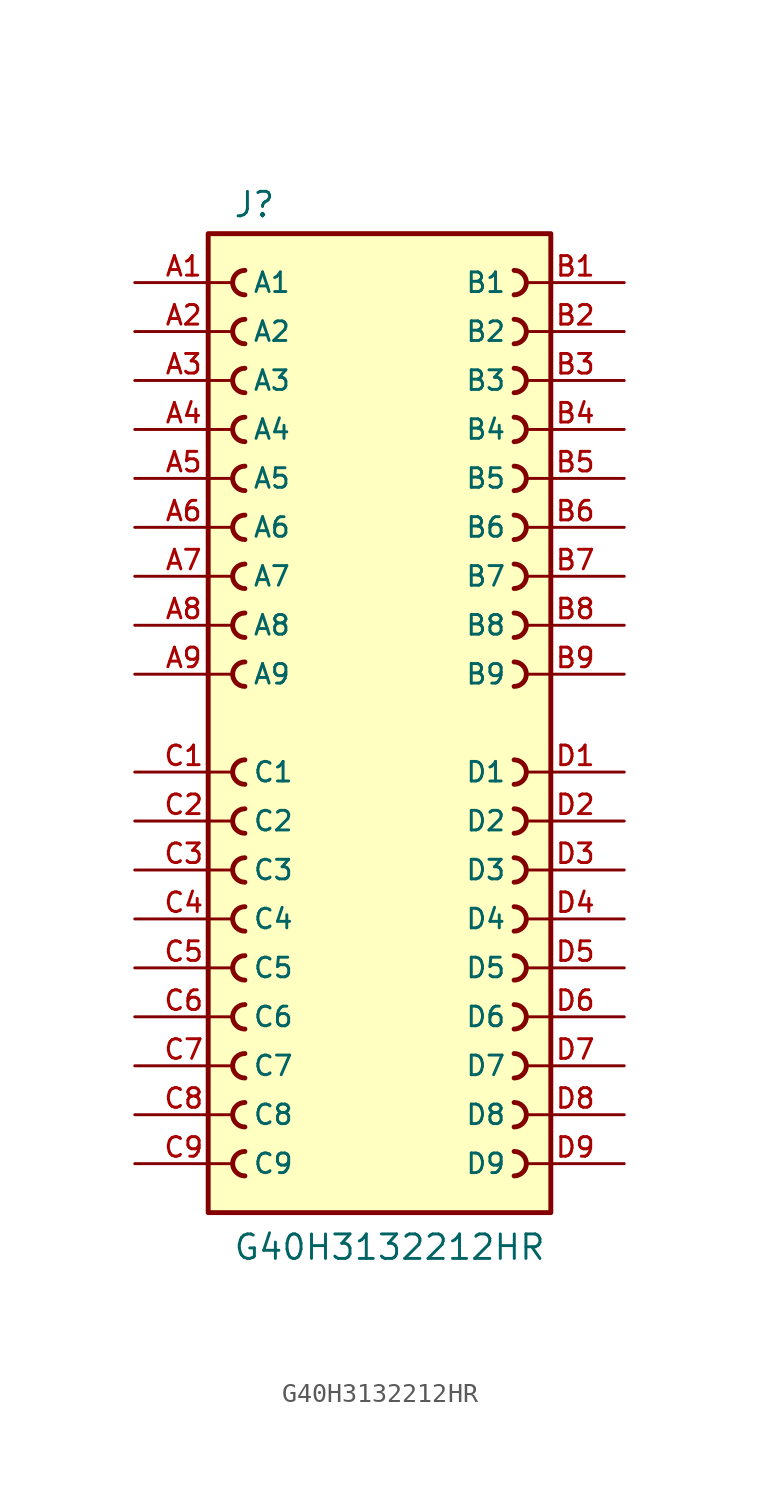
<source format=kicad_sym>
(kicad_symbol_lib
  (version 20211014)
  (generator kicad_symbol_editor)
  (symbol "G40H3132212HR"
    (pin_names
      (offset 1.016))
    (property "Reference" "J"
      (at -7.62 26.162 0)
      (effects (font (size 1.27 1.27)) (justify bottom left)))
    (property "Value" "G40H3132212HR"
      (at -7.62 -27.94 0)
      (effects (font (size 1.27 1.27)) (justify bottom left)))
    (symbol "G40H3132212HR_0_0"
      (arc (start 6.985 22.225) (mid 7.62 22.86) (end 6.985 23.495) (stroke (width 0.254) (type default) (color 0 0 0 0)) (fill (type none)))
      (arc (start 6.985 19.685) (mid 7.62 20.32) (end 6.985 20.955) (stroke (width 0.254) (type default) (color 0 0 0 0)) (fill (type none)))
      (arc (start 6.985 17.145) (mid 7.62 17.78) (end 6.985 18.415) (stroke (width 0.254) (type default) (color 0 0 0 0)) (fill (type none)))
      (arc (start 6.985 14.605) (mid 7.62 15.24) (end 6.985 15.875) (stroke (width 0.254) (type default) (color 0 0 0 0)) (fill (type none)))
      (arc (start 6.985 12.065) (mid 7.62 12.7) (end 6.985 13.335) (stroke (width 0.254) (type default) (color 0 0 0 0)) (fill (type none)))
      (arc (start 6.985 9.525) (mid 7.62 10.16) (end 6.985 10.795) (stroke (width 0.254) (type default) (color 0 0 0 0)) (fill (type none)))
      (arc (start 6.985 6.985) (mid 7.62 7.62) (end 6.985 8.255) (stroke (width 0.254) (type default) (color 0 0 0 0)) (fill (type none)))
      (arc (start 6.985 4.445) (mid 7.62 5.08) (end 6.985 5.715) (stroke (width 0.254) (type default) (color 0 0 0 0)) (fill (type none)))
      (arc (start 6.985 1.905) (mid 7.62 2.54) (end 6.985 3.175) (stroke (width 0.254) (type default) (color 0 0 0 0)) (fill (type none)))
      (arc (start -6.985 3.175) (mid -7.62 2.54) (end -6.985 1.905) (stroke (width 0.254) (type default) (color 0 0 0 0)) (fill (type none)))
      (arc (start -6.985 5.715) (mid -7.62 5.08) (end -6.985 4.445) (stroke (width 0.254) (type default) (color 0 0 0 0)) (fill (type none)))
      (arc (start -6.985 8.255) (mid -7.62 7.62) (end -6.985 6.985) (stroke (width 0.254) (type default) (color 0 0 0 0)) (fill (type none)))
      (arc (start -6.985 10.795) (mid -7.62 10.16) (end -6.985 9.525) (stroke (width 0.254) (type default) (color 0 0 0 0)) (fill (type none)))
      (arc (start -6.985 13.335) (mid -7.62 12.7) (end -6.985 12.065) (stroke (width 0.254) (type default) (color 0 0 0 0)) (fill (type none)))
      (arc (start -6.985 15.875) (mid -7.62 15.24) (end -6.985 14.605) (stroke (width 0.254) (type default) (color 0 0 0 0)) (fill (type none)))
      (arc (start -6.985 18.415) (mid -7.62 17.78) (end -6.985 17.145) (stroke (width 0.254) (type default) (color 0 0 0 0)) (fill (type none)))
      (arc (start -6.985 20.955) (mid -7.62 20.32) (end -6.985 19.685) (stroke (width 0.254) (type default) (color 0 0 0 0)) (fill (type none)))
      (arc (start -6.985 23.495) (mid -7.62 22.86) (end -6.985 22.225) (stroke (width 0.254) (type default) (color 0 0 0 0)) (fill (type none)))
      (arc (start 6.985 -3.175) (mid 7.62 -2.54) (end 6.985 -1.905) (stroke (width 0.254) (type default) (color 0 0 0 0)) (fill (type none)))
      (arc (start 6.985 -5.715) (mid 7.62 -5.08) (end 6.985 -4.445) (stroke (width 0.254) (type default) (color 0 0 0 0)) (fill (type none)))
      (arc (start 6.985 -8.255) (mid 7.62 -7.62) (end 6.985 -6.985) (stroke (width 0.254) (type default) (color 0 0 0 0)) (fill (type none)))
      (arc (start 6.985 -10.795) (mid 7.62 -10.16) (end 6.985 -9.525) (stroke (width 0.254) (type default) (color 0 0 0 0)) (fill (type none)))
      (arc (start 6.985 -13.335) (mid 7.62 -12.7) (end 6.985 -12.065) (stroke (width 0.254) (type default) (color 0 0 0 0)) (fill (type none)))
      (arc (start 6.985 -15.875) (mid 7.62 -15.24) (end 6.985 -14.605) (stroke (width 0.254) (type default) (color 0 0 0 0)) (fill (type none)))
      (arc (start 6.985 -18.415) (mid 7.62 -17.78) (end 6.985 -17.145) (stroke (width 0.254) (type default) (color 0 0 0 0)) (fill (type none)))
      (arc (start 6.985 -20.955) (mid 7.62 -20.32) (end 6.985 -19.685) (stroke (width 0.254) (type default) (color 0 0 0 0)) (fill (type none)))
      (arc (start 6.985 -23.495) (mid 7.62 -22.86) (end 6.985 -22.225) (stroke (width 0.254) (type default) (color 0 0 0 0)) (fill (type none)))
      (arc (start -6.985 -22.225) (mid -7.62 -22.86) (end -6.985 -23.495) (stroke (width 0.254) (type default) (color 0 0 0 0)) (fill (type none)))
      (arc (start -6.985 -19.685) (mid -7.62 -20.32) (end -6.985 -20.955) (stroke (width 0.254) (type default) (color 0 0 0 0)) (fill (type none)))
      (arc (start -6.985 -17.145) (mid -7.62 -17.78) (end -6.985 -18.415) (stroke (width 0.254) (type default) (color 0 0 0 0)) (fill (type none)))
      (arc (start -6.985 -14.605) (mid -7.62 -15.24) (end -6.985 -15.875) (stroke (width 0.254) (type default) (color 0 0 0 0)) (fill (type none)))
      (arc (start -6.985 -12.065) (mid -7.62 -12.7) (end -6.985 -13.335) (stroke (width 0.254) (type default) (color 0 0 0 0)) (fill (type none)))
      (arc (start -6.985 -9.525) (mid -7.62 -10.16) (end -6.985 -10.795) (stroke (width 0.254) (type default) (color 0 0 0 0)) (fill (type none)))
      (arc (start -6.985 -6.985) (mid -7.62 -7.62) (end -6.985 -8.255) (stroke (width 0.254) (type default) (color 0 0 0 0)) (fill (type none)))
      (arc (start -6.985 -4.445) (mid -7.62 -5.08) (end -6.985 -5.715) (stroke (width 0.254) (type default) (color 0 0 0 0)) (fill (type none)))
      (arc (start -6.985 -1.905) (mid -7.62 -2.54) (end -6.985 -3.175) (stroke (width 0.254) (type default) (color 0 0 0 0)) (fill (type none)))
      (rectangle (start -8.89 -25.4) (end 8.89 25.4) (stroke (width 0.254)) (fill (type background)))
      (pin passive line (at -12.7 22.86 0) (length 5.08) (name "A1" (effects (font (size 1.016 1.016)))) (number "A1" (effects (font (size 1.016 1.016)))))
      (pin passive line (at 12.7 22.86 180.0) (length 5.08) (name "B1" (effects (font (size 1.016 1.016)))) (number "B1" (effects (font (size 1.016 1.016)))))
      (pin passive line (at -12.7 -2.54 0) (length 5.08) (name "C1" (effects (font (size 1.016 1.016)))) (number "C1" (effects (font (size 1.016 1.016)))))
      (pin passive line (at 12.7 -2.54 180.0) (length 5.08) (name "D1" (effects (font (size 1.016 1.016)))) (number "D1" (effects (font (size 1.016 1.016)))))
      (pin passive line (at -12.7 20.32 0) (length 5.08) (name "A2" (effects (font (size 1.016 1.016)))) (number "A2" (effects (font (size 1.016 1.016)))))
      (pin passive line (at 12.7 20.32 180.0) (length 5.08) (name "B2" (effects (font (size 1.016 1.016)))) (number "B2" (effects (font (size 1.016 1.016)))))
      (pin passive line (at -12.7 -5.08 0) (length 5.08) (name "C2" (effects (font (size 1.016 1.016)))) (number "C2" (effects (font (size 1.016 1.016)))))
      (pin passive line (at 12.7 -5.08 180.0) (length 5.08) (name "D2" (effects (font (size 1.016 1.016)))) (number "D2" (effects (font (size 1.016 1.016)))))
      (pin passive line (at -12.7 17.78 0) (length 5.08) (name "A3" (effects (font (size 1.016 1.016)))) (number "A3" (effects (font (size 1.016 1.016)))))
      (pin passive line (at 12.7 17.78 180.0) (length 5.08) (name "B3" (effects (font (size 1.016 1.016)))) (number "B3" (effects (font (size 1.016 1.016)))))
      (pin passive line (at -12.7 -7.62 0) (length 5.08) (name "C3" (effects (font (size 1.016 1.016)))) (number "C3" (effects (font (size 1.016 1.016)))))
      (pin passive line (at 12.7 -7.62 180.0) (length 5.08) (name "D3" (effects (font (size 1.016 1.016)))) (number "D3" (effects (font (size 1.016 1.016)))))
      (pin passive line (at -12.7 15.24 0) (length 5.08) (name "A4" (effects (font (size 1.016 1.016)))) (number "A4" (effects (font (size 1.016 1.016)))))
      (pin passive line (at 12.7 15.24 180.0) (length 5.08) (name "B4" (effects (font (size 1.016 1.016)))) (number "B4" (effects (font (size 1.016 1.016)))))
      (pin passive line (at -12.7 -10.16 0) (length 5.08) (name "C4" (effects (font (size 1.016 1.016)))) (number "C4" (effects (font (size 1.016 1.016)))))
      (pin passive line (at 12.7 -10.16 180.0) (length 5.08) (name "D4" (effects (font (size 1.016 1.016)))) (number "D4" (effects (font (size 1.016 1.016)))))
      (pin passive line (at -12.7 12.7 0) (length 5.08) (name "A5" (effects (font (size 1.016 1.016)))) (number "A5" (effects (font (size 1.016 1.016)))))
      (pin passive line (at 12.7 12.7 180.0) (length 5.08) (name "B5" (effects (font (size 1.016 1.016)))) (number "B5" (effects (font (size 1.016 1.016)))))
      (pin passive line (at -12.7 -12.7 0) (length 5.08) (name "C5" (effects (font (size 1.016 1.016)))) (number "C5" (effects (font (size 1.016 1.016)))))
      (pin passive line (at 12.7 -12.7 180.0) (length 5.08) (name "D5" (effects (font (size 1.016 1.016)))) (number "D5" (effects (font (size 1.016 1.016)))))
      (pin passive line (at -12.7 10.16 0) (length 5.08) (name "A6" (effects (font (size 1.016 1.016)))) (number "A6" (effects (font (size 1.016 1.016)))))
      (pin passive line (at 12.7 10.16 180.0) (length 5.08) (name "B6" (effects (font (size 1.016 1.016)))) (number "B6" (effects (font (size 1.016 1.016)))))
      (pin passive line (at -12.7 -15.24 0) (length 5.08) (name "C6" (effects (font (size 1.016 1.016)))) (number "C6" (effects (font (size 1.016 1.016)))))
      (pin passive line (at 12.7 -15.24 180.0) (length 5.08) (name "D6" (effects (font (size 1.016 1.016)))) (number "D6" (effects (font (size 1.016 1.016)))))
      (pin passive line (at -12.7 7.62 0) (length 5.08) (name "A7" (effects (font (size 1.016 1.016)))) (number "A7" (effects (font (size 1.016 1.016)))))
      (pin passive line (at 12.7 7.62 180.0) (length 5.08) (name "B7" (effects (font (size 1.016 1.016)))) (number "B7" (effects (font (size 1.016 1.016)))))
      (pin passive line (at -12.7 -17.78 0) (length 5.08) (name "C7" (effects (font (size 1.016 1.016)))) (number "C7" (effects (font (size 1.016 1.016)))))
      (pin passive line (at 12.7 -17.78 180.0) (length 5.08) (name "D7" (effects (font (size 1.016 1.016)))) (number "D7" (effects (font (size 1.016 1.016)))))
      (pin passive line (at -12.7 5.08 0) (length 5.08) (name "A8" (effects (font (size 1.016 1.016)))) (number "A8" (effects (font (size 1.016 1.016)))))
      (pin passive line (at 12.7 5.08 180.0) (length 5.08) (name "B8" (effects (font (size 1.016 1.016)))) (number "B8" (effects (font (size 1.016 1.016)))))
      (pin passive line (at -12.7 -20.32 0) (length 5.08) (name "C8" (effects (font (size 1.016 1.016)))) (number "C8" (effects (font (size 1.016 1.016)))))
      (pin passive line (at 12.7 -20.32 180.0) (length 5.08) (name "D8" (effects (font (size 1.016 1.016)))) (number "D8" (effects (font (size 1.016 1.016)))))
      (pin passive line (at -12.7 2.54 0) (length 5.08) (name "A9" (effects (font (size 1.016 1.016)))) (number "A9" (effects (font (size 1.016 1.016)))))
      (pin passive line (at 12.7 2.54 180.0) (length 5.08) (name "B9" (effects (font (size 1.016 1.016)))) (number "B9" (effects (font (size 1.016 1.016)))))
      (pin passive line (at -12.7 -22.86 0) (length 5.08) (name "C9" (effects (font (size 1.016 1.016)))) (number "C9" (effects (font (size 1.016 1.016)))))
      (pin passive line (at 12.7 -22.86 180.0) (length 5.08) (name "D9" (effects (font (size 1.016 1.016)))) (number "D9" (effects (font (size 1.016 1.016))))))))
</source>
